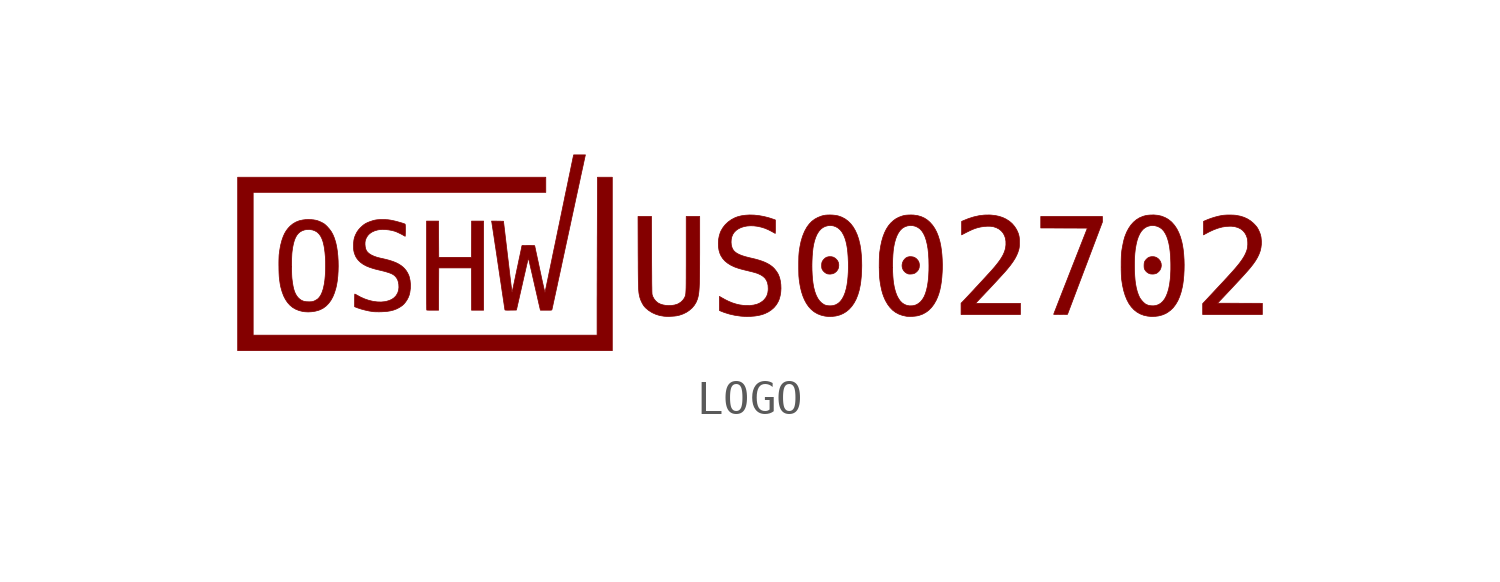
<source format=kicad_sym>
(kicad_symbol_lib
  (version 20220914)
  (generator "bitmap2component")
  (generator_version "8.0")
  (symbol "LOGO"
    (pin_names
      (offset 1.016))
    (property "Reference" "#G"
      (at 0 4.116 0)
      (effects (font (size 1.27 1.27)) hide))
    (symbol "LOGO_0_0"
      (polyline (pts (xy -4.116 -0.318) (xy -4.116 2.244) (xy -4.335 2.244) (xy -4.554 2.244) (xy -4.559 0.574) (xy -4.56 0.47) (xy -4.56 0.291) (xy -4.561 0.11) (xy -4.561 -0.071) (xy -4.562 -0.25) (xy -4.562 -0.427) (xy -4.563 -0.599) (xy -4.563 -0.767) (xy -4.564 -0.927) (xy -4.564 -1.08) (xy -4.564 -1.224) (xy -4.565 -1.357) (xy -4.565 -1.479) (xy -4.565 -1.587) (xy -4.565 -1.681) (xy -4.565 -1.76) (xy -4.565 -2.422) (xy -9.647 -2.422) (xy -14.728 -2.422) (xy -14.728 -0.313) (xy -14.728 1.796) (xy -10.405 1.796) (xy -6.081 1.796) (xy -6.081 2.02) (xy -6.081 2.244) (xy -10.633 2.244) (xy -15.186 2.244) (xy -15.186 -0.318) (xy -15.186 -2.88) (xy -9.651 -2.88) (xy -4.116 -2.88) (xy -4.116 -0.318)) (stroke (width 0.01) (type default)) (fill (type outline)))
      (polyline (pts (xy -2.41 -1.867) (xy -2.338 -1.863) (xy -2.272 -1.858) (xy -2.217 -1.851) (xy -2.135 -1.833) (xy -2.027 -1.796) (xy -1.928 -1.748) (xy -1.839 -1.688) (xy -1.76 -1.619) (xy -1.693 -1.54) (xy -1.64 -1.453) (xy -1.601 -1.359) (xy -1.595 -1.341) (xy -1.587 -1.31) (xy -1.579 -1.278) (xy -1.572 -1.244) (xy -1.566 -1.206) (xy -1.56 -1.164) (xy -1.555 -1.116) (xy -1.551 -1.063) (xy -1.547 -1.002) (xy -1.544 -0.934) (xy -1.541 -0.857) (xy -1.539 -0.77) (xy -1.537 -0.673) (xy -1.536 -0.564) (xy -1.535 -0.443) (xy -1.534 -0.308) (xy -1.534 -0.16) (xy -1.533 0.004) (xy -1.533 0.184) (xy -1.533 1.084) (xy -1.732 1.084) (xy -1.931 1.084) (xy -1.931 -0.023) (xy -1.931 -0.075) (xy -1.931 -0.236) (xy -1.931 -0.38) (xy -1.932 -0.51) (xy -1.932 -0.625) (xy -1.932 -0.728) (xy -1.933 -0.818) (xy -1.933 -0.897) (xy -1.934 -0.966) (xy -1.935 -1.025) (xy -1.937 -1.075) (xy -1.939 -1.117) (xy -1.941 -1.153) (xy -1.943 -1.183) (xy -1.946 -1.207) (xy -1.949 -1.228) (xy -1.952 -1.244) (xy -1.956 -1.259) (xy -1.961 -1.272) (xy -1.966 -1.284) (xy -1.971 -1.297) (xy -1.987 -1.329) (xy -2.034 -1.394) (xy -2.093 -1.449) (xy -2.164 -1.494) (xy -2.199 -1.509) (xy -2.276 -1.532) (xy -2.36 -1.545) (xy -2.448 -1.549) (xy -2.537 -1.543) (xy -2.621 -1.528) (xy -2.699 -1.503) (xy -2.765 -1.47) (xy -2.779 -1.46) (xy -2.834 -1.412) (xy -2.882 -1.352) (xy -2.918 -1.286) (xy -2.941 -1.217) (xy -2.942 -1.206) (xy -2.943 -1.18) (xy -2.945 -1.138) (xy -2.946 -1.08) (xy -2.947 -1.007) (xy -2.949 -0.918) (xy -2.95 -0.813) (xy -2.95 -0.693) (xy -2.951 -0.555) (xy -2.952 -0.402) (xy -2.953 -0.232) (xy -2.953 -0.044) (xy -2.957 1.084) (xy -3.156 1.084) (xy -3.355 1.084) (xy -3.352 0.049) (xy -3.352 0.018) (xy -3.351 -0.144) (xy -3.35 -0.29) (xy -3.35 -0.422) (xy -3.349 -0.54) (xy -3.348 -0.645) (xy -3.347 -0.738) (xy -3.346 -0.819) (xy -3.344 -0.891) (xy -3.342 -0.954) (xy -3.34 -1.009) (xy -3.338 -1.057) (xy -3.335 -1.099) (xy -3.332 -1.135) (xy -3.329 -1.167) (xy -3.325 -1.196) (xy -3.32 -1.223) (xy -3.315 -1.249) (xy -3.309 -1.274) (xy -3.303 -1.3) (xy -3.3 -1.31) (xy -3.281 -1.368) (xy -3.255 -1.43) (xy -3.224 -1.49) (xy -3.192 -1.544) (xy -3.16 -1.585) (xy -3.118 -1.628) (xy -3.031 -1.7) (xy -2.932 -1.76) (xy -2.824 -1.808) (xy -2.709 -1.843) (xy -2.587 -1.863) (xy -2.546 -1.866) (xy -2.481 -1.868) (xy -2.41 -1.867)) (stroke (width 0.01) (type default)) (fill (type outline)))
      (polyline (pts (xy -0.022 -1.867) (xy 0.1 -1.857) (xy 0.213 -1.839) (xy 0.315 -1.813) (xy 0.393 -1.785) (xy 0.496 -1.735) (xy 0.588 -1.673) (xy 0.668 -1.601) (xy 0.735 -1.519) (xy 0.788 -1.427) (xy 0.816 -1.36) (xy 0.844 -1.26) (xy 0.862 -1.153) (xy 0.869 -1.042) (xy 0.865 -0.931) (xy 0.851 -0.823) (xy 0.827 -0.722) (xy 0.791 -0.63) (xy 0.781 -0.61) (xy 0.748 -0.556) (xy 0.709 -0.502) (xy 0.667 -0.452) (xy 0.626 -0.412) (xy 0.592 -0.384) (xy 0.531 -0.341) (xy 0.465 -0.303) (xy 0.392 -0.268) (xy 0.308 -0.235) (xy 0.213 -0.204) (xy 0.106 -0.174) (xy -0.017 -0.145) (xy -0.084 -0.129) (xy -0.188 -0.102) (xy -0.277 -0.074) (xy -0.352 -0.045) (xy -0.415 -0.014) (xy -0.467 0.019) (xy -0.509 0.055) (xy -0.542 0.095) (xy -0.567 0.14) (xy -0.58 0.171) (xy -0.599 0.245) (xy -0.606 0.325) (xy -0.601 0.406) (xy -0.584 0.484) (xy -0.554 0.556) (xy -0.511 0.62) (xy -0.455 0.675) (xy -0.388 0.721) (xy -0.312 0.758) (xy -0.227 0.785) (xy -0.136 0.803) (xy -0.038 0.81) (xy 0.064 0.808) (xy 0.17 0.795) (xy 0.277 0.772) (xy 0.386 0.739) (xy 0.494 0.694) (xy 0.601 0.639) (xy 0.608 0.635) (xy 0.643 0.615) (xy 0.672 0.599) (xy 0.692 0.588) (xy 0.7 0.584) (xy 0.7 0.588) (xy 0.701 0.605) (xy 0.702 0.636) (xy 0.703 0.677) (xy 0.703 0.727) (xy 0.703 0.783) (xy 0.703 0.981) (xy 0.658 0.998) (xy 0.646 1.002) (xy 0.505 1.048) (xy 0.361 1.084) (xy 0.218 1.11) (xy 0.078 1.125) (xy -0.058 1.129) (xy -0.188 1.121) (xy -0.309 1.103) (xy -0.419 1.074) (xy -0.496 1.044) (xy -0.597 0.991) (xy -0.69 0.924) (xy -0.773 0.847) (xy -0.843 0.759) (xy -0.9 0.664) (xy -0.925 0.608) (xy -0.955 0.51) (xy -0.975 0.406) (xy -0.982 0.298) (xy -0.979 0.191) (xy -0.963 0.088) (xy -0.935 -0.007) (xy -0.907 -0.07) (xy -0.855 -0.153) (xy -0.788 -0.229) (xy -0.706 -0.296) (xy -0.61 -0.356) (xy -0.499 -0.408) (xy -0.372 -0.452) (xy -0.361 -0.456) (xy -0.325 -0.465) (xy -0.278 -0.478) (xy -0.223 -0.492) (xy -0.163 -0.507) (xy -0.103 -0.521) (xy -0.076 -0.528) (xy -0.016 -0.543) (xy 0.041 -0.557) (xy 0.092 -0.572) (xy 0.134 -0.584) (xy 0.162 -0.593) (xy 0.189 -0.603) (xy 0.274 -0.643) (xy 0.344 -0.688) (xy 0.399 -0.74) (xy 0.441 -0.801) (xy 0.47 -0.87) (xy 0.487 -0.95) (xy 0.492 -1.042) (xy 0.491 -1.092) (xy 0.48 -1.175) (xy 0.457 -1.248) (xy 0.422 -1.314) (xy 0.373 -1.375) (xy 0.325 -1.42) (xy 0.249 -1.47) (xy 0.163 -1.508) (xy 0.064 -1.533) (xy -0.046 -1.547) (xy -0.167 -1.548) (xy -0.25 -1.542) (xy -0.357 -1.527) (xy -0.463 -1.502) (xy -0.569 -1.468) (xy -0.678 -1.423) (xy -0.794 -1.366) (xy -0.917 -1.296) (xy -0.949 -1.277) (xy -0.949 -1.486) (xy -0.949 -1.694) (xy -0.908 -1.712) (xy -0.806 -1.752) (xy -0.654 -1.799) (xy -0.495 -1.835) (xy -0.33 -1.859) (xy -0.275 -1.864) (xy -0.148 -1.87) (xy -0.022 -1.867)) (stroke (width 0.01) (type default)) (fill (type outline)))
      (polyline (pts (xy 2.373 -1.87) (xy 2.491 -1.856) (xy 2.602 -1.827) (xy 2.704 -1.784) (xy 2.799 -1.726) (xy 2.885 -1.654) (xy 2.962 -1.568) (xy 3.031 -1.468) (xy 3.091 -1.355) (xy 3.141 -1.228) (xy 3.182 -1.089) (xy 3.213 -0.936) (xy 3.226 -0.847) (xy 3.242 -0.694) (xy 3.252 -0.534) (xy 3.256 -0.37) (xy 3.253 -0.207) (xy 3.243 -0.048) (xy 3.228 0.102) (xy 3.206 0.241) (xy 3.201 0.261) (xy 3.166 0.41) (xy 3.12 0.545) (xy 3.066 0.666) (xy 3.003 0.774) (xy 2.931 0.868) (xy 2.85 0.948) (xy 2.761 1.014) (xy 2.664 1.065) (xy 2.558 1.102) (xy 2.54 1.106) (xy 2.474 1.118) (xy 2.4 1.126) (xy 2.324 1.129) (xy 2.25 1.128) (xy 2.182 1.123) (xy 2.126 1.113) (xy 2.067 1.097) (xy 1.961 1.056) (xy 1.865 1.004) (xy 1.78 0.94) (xy 1.705 0.862) (xy 1.637 0.771) (xy 1.577 0.664) (xy 1.563 0.636) (xy 1.506 0.496) (xy 1.461 0.344) (xy 1.428 0.182) (xy 1.42 0.128) (xy 1.412 0.078) (xy 1.406 0.033) (xy 1.402 -0.01) (xy 1.399 -0.052) (xy 1.396 -0.098) (xy 1.395 -0.15) (xy 1.394 -0.211) (xy 1.393 -0.282) (xy 1.393 -0.362) (xy 1.783 -0.362) (xy 1.786 -0.226) (xy 1.792 -0.093) (xy 1.802 0.033) (xy 1.815 0.15) (xy 1.833 0.254) (xy 1.857 0.355) (xy 1.893 0.466) (xy 1.936 0.562) (xy 1.986 0.642) (xy 2.044 0.708) (xy 2.108 0.758) (xy 2.18 0.793) (xy 2.259 0.813) (xy 2.331 0.818) (xy 2.411 0.809) (xy 2.486 0.784) (xy 2.555 0.744) (xy 2.618 0.69) (xy 2.673 0.621) (xy 2.719 0.538) (xy 2.725 0.526) (xy 2.759 0.444) (xy 2.787 0.354) (xy 2.81 0.255) (xy 2.829 0.145) (xy 2.843 0.023) (xy 2.853 -0.112) (xy 2.86 -0.263) (xy 2.86 -0.269) (xy 2.861 -0.416) (xy 2.858 -0.56) (xy 2.849 -0.699) (xy 2.837 -0.828) (xy 2.819 -0.946) (xy 2.798 -1.05) (xy 2.797 -1.052) (xy 2.764 -1.168) (xy 2.723 -1.27) (xy 2.676 -1.356) (xy 2.622 -1.427) (xy 2.561 -1.482) (xy 2.493 -1.522) (xy 2.419 -1.547) (xy 2.378 -1.553) (xy 2.316 -1.556) (xy 2.253 -1.552) (xy 2.196 -1.541) (xy 2.149 -1.524) (xy 2.14 -1.519) (xy 2.071 -1.472) (xy 2.01 -1.412) (xy 1.956 -1.336) (xy 1.91 -1.246) (xy 1.871 -1.141) (xy 1.839 -1.02) (xy 1.831 -0.983) (xy 1.814 -0.876) (xy 1.8 -0.758) (xy 1.791 -0.631) (xy 1.785 -0.498) (xy 1.783 -0.362) (xy 1.393 -0.362) (xy 1.393 -0.368) (xy 1.393 -0.45) (xy 1.394 -0.522) (xy 1.395 -0.583) (xy 1.396 -0.635) (xy 1.398 -0.682) (xy 1.402 -0.725) (xy 1.406 -0.767) (xy 1.412 -0.812) (xy 1.419 -0.861) (xy 1.428 -0.919) (xy 1.445 -1.013) (xy 1.477 -1.143) (xy 1.517 -1.266) (xy 1.563 -1.376) (xy 1.621 -1.484) (xy 1.69 -1.583) (xy 1.768 -1.667) (xy 1.854 -1.736) (xy 1.949 -1.791) (xy 2.054 -1.832) (xy 2.167 -1.859) (xy 2.174 -1.86) (xy 2.217 -1.865) (xy 2.265 -1.869) (xy 2.311 -1.871) (xy 2.373 -1.87)) (stroke (width 0.01) (type default)) (fill (type outline)))
      (polyline (pts (xy 4.755 -1.867) (xy 4.818 -1.862) (xy 4.874 -1.855) (xy 4.92 -1.847) (xy 4.946 -1.84) (xy 5.052 -1.802) (xy 5.149 -1.75) (xy 5.237 -1.684) (xy 5.316 -1.604) (xy 5.388 -1.509) (xy 5.451 -1.399) (xy 5.458 -1.386) (xy 5.499 -1.293) (xy 5.534 -1.195) (xy 5.564 -1.089) (xy 5.588 -0.975) (xy 5.608 -0.849) (xy 5.623 -0.711) (xy 5.633 -0.558) (xy 5.637 -0.475) (xy 5.638 -0.333) (xy 5.634 -0.19) (xy 5.625 -0.049) (xy 5.611 0.087) (xy 5.592 0.213) (xy 5.569 0.326) (xy 5.556 0.377) (xy 5.515 0.509) (xy 5.468 0.627) (xy 5.411 0.733) (xy 5.347 0.827) (xy 5.272 0.911) (xy 5.201 0.975) (xy 5.112 1.034) (xy 5.015 1.078) (xy 4.909 1.109) (xy 4.793 1.126) (xy 4.763 1.128) (xy 4.707 1.129) (xy 4.649 1.128) (xy 4.593 1.125) (xy 4.543 1.12) (xy 4.506 1.113) (xy 4.452 1.098) (xy 4.356 1.063) (xy 4.27 1.019) (xy 4.193 0.964) (xy 4.12 0.897) (xy 4.113 0.89) (xy 4.044 0.807) (xy 3.983 0.712) (xy 3.93 0.605) (xy 3.884 0.484) (xy 3.845 0.35) (xy 3.814 0.202) (xy 3.789 0.038) (xy 3.788 0.036) (xy 3.782 -0.028) (xy 3.777 -0.105) (xy 3.774 -0.192) (xy 3.773 -0.286) (xy 3.772 -0.384) (xy 3.773 -0.429) (xy 4.167 -0.429) (xy 4.167 -0.302) (xy 4.17 -0.176) (xy 4.176 -0.055) (xy 4.185 0.057) (xy 4.197 0.157) (xy 4.2 0.175) (xy 4.224 0.298) (xy 4.255 0.409) (xy 4.292 0.509) (xy 4.336 0.595) (xy 4.385 0.667) (xy 4.44 0.723) (xy 4.468 0.746) (xy 4.536 0.784) (xy 4.61 0.808) (xy 4.687 0.818) (xy 4.764 0.814) (xy 4.84 0.796) (xy 4.911 0.763) (xy 4.976 0.717) (xy 5.03 0.659) (xy 5.08 0.584) (xy 5.123 0.493) (xy 5.159 0.388) (xy 5.189 0.267) (xy 5.213 0.13) (xy 5.229 -0.021) (xy 5.239 -0.187) (xy 5.242 -0.368) (xy 5.241 -0.508) (xy 5.233 -0.677) (xy 5.218 -0.829) (xy 5.198 -0.967) (xy 5.17 -1.089) (xy 5.137 -1.197) (xy 5.097 -1.29) (xy 5.05 -1.368) (xy 4.997 -1.432) (xy 4.99 -1.439) (xy 4.926 -1.491) (xy 4.859 -1.528) (xy 4.79 -1.549) (xy 4.756 -1.554) (xy 4.671 -1.557) (xy 4.592 -1.544) (xy 4.519 -1.516) (xy 4.453 -1.473) (xy 4.393 -1.414) (xy 4.34 -1.339) (xy 4.294 -1.25) (xy 4.255 -1.146) (xy 4.222 -1.026) (xy 4.197 -0.892) (xy 4.196 -0.883) (xy 4.184 -0.785) (xy 4.175 -0.675) (xy 4.169 -0.555) (xy 4.167 -0.429) (xy 3.773 -0.429) (xy 3.774 -0.481) (xy 3.776 -0.575) (xy 3.78 -0.662) (xy 3.786 -0.739) (xy 3.793 -0.803) (xy 3.798 -0.841) (xy 3.819 -0.969) (xy 3.843 -1.083) (xy 3.871 -1.186) (xy 3.904 -1.28) (xy 3.942 -1.368) (xy 3.96 -1.405) (xy 4.023 -1.513) (xy 4.093 -1.606) (xy 4.17 -1.685) (xy 4.256 -1.749) (xy 4.352 -1.8) (xy 4.457 -1.838) (xy 4.572 -1.863) (xy 4.585 -1.865) (xy 4.634 -1.868) (xy 4.692 -1.869) (xy 4.755 -1.867)) (stroke (width 0.01) (type default)) (fill (type outline)))
      (polyline (pts (xy 11.919 -1.868) (xy 12.03 -1.854) (xy 12.134 -1.826) (xy 12.23 -1.787) (xy 12.29 -1.753) (xy 12.38 -1.687) (xy 12.461 -1.608) (xy 12.532 -1.514) (xy 12.595 -1.407) (xy 12.648 -1.286) (xy 12.693 -1.15) (xy 12.729 -1) (xy 12.74 -0.945) (xy 12.759 -0.808) (xy 12.773 -0.66) (xy 12.781 -0.506) (xy 12.784 -0.348) (xy 12.78 -0.191) (xy 12.77 -0.038) (xy 12.755 0.107) (xy 12.734 0.24) (xy 12.712 0.342) (xy 12.672 0.482) (xy 12.623 0.608) (xy 12.566 0.721) (xy 12.499 0.821) (xy 12.422 0.909) (xy 12.397 0.933) (xy 12.311 1.001) (xy 12.216 1.054) (xy 12.113 1.094) (xy 12.002 1.119) (xy 11.885 1.13) (xy 11.762 1.126) (xy 11.741 1.124) (xy 11.703 1.12) (xy 11.675 1.116) (xy 11.649 1.111) (xy 11.62 1.103) (xy 11.582 1.093) (xy 11.562 1.086) (xy 11.463 1.045) (xy 11.371 0.988) (xy 11.287 0.917) (xy 11.211 0.832) (xy 11.143 0.732) (xy 11.083 0.619) (xy 11.033 0.493) (xy 11.02 0.452) (xy 11.002 0.388) (xy 10.985 0.314) (xy 10.969 0.235) (xy 10.954 0.155) (xy 10.941 0.078) (xy 10.933 0.008) (xy 10.929 -0.035) (xy 10.926 -0.094) (xy 10.924 -0.164) (xy 10.922 -0.241) (xy 10.922 -0.324) (xy 10.922 -0.407) (xy 10.922 -0.41) (xy 11.312 -0.41) (xy 11.313 -0.275) (xy 11.317 -0.144) (xy 11.325 -0.019) (xy 11.337 0.093) (xy 11.34 0.119) (xy 11.364 0.256) (xy 11.393 0.378) (xy 11.429 0.484) (xy 11.472 0.575) (xy 11.521 0.652) (xy 11.577 0.713) (xy 11.64 0.761) (xy 11.71 0.794) (xy 11.787 0.813) (xy 11.835 0.818) (xy 11.915 0.813) (xy 11.992 0.793) (xy 12.063 0.76) (xy 12.126 0.714) (xy 12.179 0.657) (xy 12.226 0.584) (xy 12.267 0.5) (xy 12.301 0.404) (xy 12.33 0.296) (xy 12.353 0.175) (xy 12.37 0.04) (xy 12.382 -0.11) (xy 12.388 -0.275) (xy 12.389 -0.329) (xy 12.389 -0.484) (xy 12.383 -0.627) (xy 12.373 -0.761) (xy 12.357 -0.889) (xy 12.352 -0.923) (xy 12.326 -1.054) (xy 12.292 -1.17) (xy 12.252 -1.27) (xy 12.205 -1.356) (xy 12.15 -1.427) (xy 12.089 -1.482) (xy 12.021 -1.522) (xy 11.947 -1.547) (xy 11.881 -1.556) (xy 11.803 -1.554) (xy 11.728 -1.541) (xy 11.661 -1.515) (xy 11.642 -1.504) (xy 11.607 -1.476) (xy 11.568 -1.44) (xy 11.531 -1.399) (xy 11.498 -1.357) (xy 11.472 -1.319) (xy 11.464 -1.303) (xy 11.429 -1.224) (xy 11.397 -1.132) (xy 11.37 -1.029) (xy 11.349 -0.918) (xy 11.347 -0.908) (xy 11.333 -0.798) (xy 11.323 -0.675) (xy 11.316 -0.545) (xy 11.312 -0.41) (xy 10.922 -0.41) (xy 10.922 -0.489) (xy 10.924 -0.567) (xy 10.926 -0.637) (xy 10.929 -0.696) (xy 10.932 -0.741) (xy 10.937 -0.784) (xy 10.963 -0.954) (xy 10.998 -1.11) (xy 11.041 -1.251) (xy 11.093 -1.378) (xy 11.153 -1.49) (xy 11.223 -1.588) (xy 11.301 -1.671) (xy 11.388 -1.74) (xy 11.483 -1.794) (xy 11.587 -1.834) (xy 11.7 -1.859) (xy 11.805 -1.87) (xy 11.919 -1.868)) (stroke (width 0.01) (type default)) (fill (type outline)))
      (polyline (pts (xy 7.944 -1.647) (xy 7.944 -1.482) (xy 7.283 -1.482) (xy 6.622 -1.482) (xy 6.658 -1.441) (xy 6.659 -1.441) (xy 6.674 -1.424) (xy 6.7 -1.397) (xy 6.733 -1.361) (xy 6.772 -1.32) (xy 6.815 -1.275) (xy 6.86 -1.228) (xy 6.902 -1.183) (xy 6.963 -1.119) (xy 7.028 -1.05) (xy 7.095 -0.978) (xy 7.163 -0.905) (xy 7.23 -0.833) (xy 7.295 -0.762) (xy 7.356 -0.696) (xy 7.411 -0.635) (xy 7.46 -0.582) (xy 7.5 -0.537) (xy 7.529 -0.503) (xy 7.564 -0.462) (xy 7.649 -0.356) (xy 7.721 -0.257) (xy 7.781 -0.163) (xy 7.829 -0.073) (xy 7.867 0.015) (xy 7.895 0.102) (xy 7.902 0.13) (xy 7.907 0.157) (xy 7.911 0.186) (xy 7.913 0.221) (xy 7.914 0.265) (xy 7.914 0.322) (xy 7.914 0.369) (xy 7.913 0.416) (xy 7.911 0.452) (xy 7.907 0.482) (xy 7.902 0.509) (xy 7.895 0.537) (xy 7.877 0.595) (xy 7.832 0.695) (xy 7.773 0.787) (xy 7.703 0.87) (xy 7.623 0.94) (xy 7.609 0.95) (xy 7.519 1.007) (xy 7.423 1.053) (xy 7.319 1.087) (xy 7.205 1.112) (xy 7.08 1.126) (xy 7.022 1.129) (xy 6.875 1.126) (xy 6.723 1.107) (xy 6.567 1.072) (xy 6.409 1.022) (xy 6.248 0.957) (xy 6.208 0.939) (xy 6.208 0.741) (xy 6.208 0.542) (xy 6.338 0.61) (xy 6.433 0.657) (xy 6.522 0.698) (xy 6.604 0.73) (xy 6.678 0.753) (xy 6.68 0.754) (xy 6.778 0.776) (xy 6.877 0.79) (xy 6.973 0.797) (xy 7.061 0.795) (xy 7.139 0.784) (xy 7.144 0.783) (xy 7.231 0.755) (xy 7.309 0.715) (xy 7.375 0.663) (xy 7.43 0.6) (xy 7.472 0.526) (xy 7.501 0.444) (xy 7.516 0.352) (xy 7.517 0.254) (xy 7.516 0.237) (xy 7.507 0.165) (xy 7.49 0.093) (xy 7.465 0.022) (xy 7.432 -0.052) (xy 7.389 -0.128) (xy 7.336 -0.21) (xy 7.271 -0.297) (xy 7.195 -0.392) (xy 7.106 -0.495) (xy 7.094 -0.509) (xy 7.065 -0.541) (xy 7.027 -0.583) (xy 6.982 -0.631) (xy 6.931 -0.687) (xy 6.875 -0.748) (xy 6.815 -0.813) (xy 6.752 -0.881) (xy 6.688 -0.951) (xy 6.623 -1.02) (xy 6.56 -1.089) (xy 6.498 -1.155) (xy 6.439 -1.218) (xy 6.385 -1.276) (xy 6.337 -1.327) (xy 6.295 -1.372) (xy 6.261 -1.407) (xy 6.236 -1.433) (xy 6.222 -1.448) (xy 6.191 -1.477) (xy 6.191 -1.645) (xy 6.191 -1.812) (xy 7.068 -1.812) (xy 7.944 -1.812) (xy 7.944 -1.647)) (stroke (width 0.01) (type default)) (fill (type outline)))
      (polyline (pts (xy 9.131 -1.81) (xy 9.335 -1.808) (xy 9.38 -1.69) (xy 9.382 -1.683) (xy 9.393 -1.655) (xy 9.409 -1.613) (xy 9.43 -1.557) (xy 9.456 -1.489) (xy 9.486 -1.409) (xy 9.52 -1.319) (xy 9.558 -1.219) (xy 9.599 -1.11) (xy 9.643 -0.993) (xy 9.69 -0.869) (xy 9.739 -0.74) (xy 9.79 -0.605) (xy 9.842 -0.467) (xy 9.896 -0.326) (xy 10.367 0.92) (xy 10.367 1.002) (xy 10.367 1.084) (xy 9.456 1.084) (xy 8.546 1.084) (xy 8.546 0.915) (xy 8.546 0.745) (xy 9.235 0.743) (xy 9.924 0.741) (xy 9.425 -0.529) (xy 9.384 -0.634) (xy 9.331 -0.771) (xy 9.279 -0.903) (xy 9.229 -1.03) (xy 9.182 -1.15) (xy 9.138 -1.263) (xy 9.097 -1.367) (xy 9.06 -1.463) (xy 9.027 -1.548) (xy 8.998 -1.623) (xy 8.973 -1.686) (xy 8.953 -1.737) (xy 8.939 -1.774) (xy 8.93 -1.798) (xy 8.927 -1.806) (xy 8.931 -1.808) (xy 8.95 -1.809) (xy 8.981 -1.81) (xy 9.024 -1.811) (xy 9.074 -1.811) (xy 9.131 -1.81)) (stroke (width 0.01) (type default)) (fill (type outline)))
      (polyline (pts (xy 15.093 -1.647) (xy 15.093 -1.482) (xy 14.431 -1.48) (xy 13.769 -1.478) (xy 13.955 -1.283) (xy 13.999 -1.236) (xy 14.098 -1.131) (xy 14.193 -1.03) (xy 14.284 -0.932) (xy 14.37 -0.84) (xy 14.45 -0.754) (xy 14.522 -0.675) (xy 14.585 -0.605) (xy 14.639 -0.545) (xy 14.683 -0.495) (xy 14.73 -0.44) (xy 14.817 -0.33) (xy 14.89 -0.226) (xy 14.949 -0.127) (xy 14.995 -0.03) (xy 15.03 0.065) (xy 15.052 0.159) (xy 15.064 0.254) (xy 15.065 0.351) (xy 15.062 0.398) (xy 15.054 0.474) (xy 15.039 0.543) (xy 15.015 0.61) (xy 14.983 0.682) (xy 14.98 0.688) (xy 14.957 0.731) (xy 14.934 0.768) (xy 14.905 0.804) (xy 14.868 0.845) (xy 14.834 0.88) (xy 14.748 0.953) (xy 14.655 1.012) (xy 14.554 1.059) (xy 14.442 1.094) (xy 14.318 1.118) (xy 14.295 1.121) (xy 14.241 1.125) (xy 14.178 1.127) (xy 14.11 1.128) (xy 14.043 1.127) (xy 13.982 1.123) (xy 13.932 1.119) (xy 13.9 1.114) (xy 13.806 1.095) (xy 13.704 1.069) (xy 13.6 1.037) (xy 13.499 1.001) (xy 13.405 0.962) (xy 13.356 0.94) (xy 13.356 0.74) (xy 13.356 0.541) (xy 13.414 0.573) (xy 13.535 0.637) (xy 13.665 0.696) (xy 13.79 0.741) (xy 13.909 0.773) (xy 14.025 0.791) (xy 14.14 0.797) (xy 14.185 0.796) (xy 14.283 0.783) (xy 14.371 0.758) (xy 14.449 0.72) (xy 14.516 0.67) (xy 14.571 0.608) (xy 14.614 0.535) (xy 14.645 0.452) (xy 14.655 0.404) (xy 14.662 0.331) (xy 14.663 0.255) (xy 14.657 0.181) (xy 14.645 0.116) (xy 14.63 0.068) (xy 14.599 -0.01) (xy 14.56 -0.087) (xy 14.515 -0.16) (xy 14.496 -0.189) (xy 14.471 -0.224) (xy 14.446 -0.259) (xy 14.42 -0.294) (xy 14.392 -0.33) (xy 14.361 -0.368) (xy 14.326 -0.41) (xy 14.288 -0.455) (xy 14.244 -0.505) (xy 14.195 -0.56) (xy 14.14 -0.621) (xy 14.077 -0.69) (xy 14.006 -0.767) (xy 13.927 -0.853) (xy 13.838 -0.948) (xy 13.739 -1.054) (xy 13.63 -1.171) (xy 13.331 -1.49) (xy 13.331 -1.651) (xy 13.331 -1.812) (xy 14.212 -1.812) (xy 15.093 -1.812) (xy 15.093 -1.647)) (stroke (width 0.01) (type default)) (fill (type outline)))
      (polyline (pts (xy -12.996 -1.73) (xy -12.894 -1.714) (xy -12.799 -1.689) (xy -12.743 -1.668) (xy -12.652 -1.62) (xy -12.57 -1.558) (xy -12.497 -1.483) (xy -12.432 -1.394) (xy -12.375 -1.291) (xy -12.327 -1.173) (xy -12.286 -1.04) (xy -12.265 -0.951) (xy -12.243 -0.821) (xy -12.227 -0.68) (xy -12.218 -0.533) (xy -12.214 -0.382) (xy -12.217 -0.23) (xy -12.226 -0.081) (xy -12.241 0.062) (xy -12.262 0.196) (xy -12.289 0.318) (xy -12.298 0.348) (xy -12.333 0.456) (xy -12.373 0.551) (xy -12.419 0.635) (xy -12.475 0.712) (xy -12.539 0.784) (xy -12.557 0.802) (xy -12.59 0.833) (xy -12.617 0.857) (xy -12.644 0.875) (xy -12.675 0.893) (xy -12.713 0.912) (xy -12.742 0.926) (xy -12.786 0.945) (xy -12.828 0.96) (xy -12.861 0.97) (xy -12.876 0.973) (xy -12.946 0.985) (xy -13.024 0.992) (xy -13.105 0.994) (xy -13.181 0.991) (xy -13.263 0.981) (xy -13.369 0.957) (xy -13.465 0.919) (xy -13.552 0.868) (xy -13.632 0.803) (xy -13.694 0.738) (xy -13.751 0.663) (xy -13.8 0.58) (xy -13.842 0.485) (xy -13.879 0.379) (xy -13.911 0.258) (xy -13.918 0.227) (xy -13.926 0.187) (xy -13.933 0.146) (xy -13.941 0.099) (xy -13.949 0.043) (xy -13.958 -0.025) (xy -13.96 -0.037) (xy -13.963 -0.079) (xy -13.965 -0.134) (xy -13.967 -0.199) (xy -13.968 -0.272) (xy -13.968 -0.349) (xy -13.967 -0.403) (xy -13.593 -0.403) (xy -13.593 -0.317) (xy -13.592 -0.233) (xy -13.591 -0.153) (xy -13.588 -0.082) (xy -13.585 -0.021) (xy -13.581 0.025) (xy -13.578 0.052) (xy -13.56 0.177) (xy -13.537 0.287) (xy -13.51 0.381) (xy -13.477 0.462) (xy -13.438 0.53) (xy -13.393 0.585) (xy -13.342 0.629) (xy -13.283 0.662) (xy -13.217 0.686) (xy -13.151 0.699) (xy -13.062 0.701) (xy -12.972 0.686) (xy -12.907 0.663) (xy -12.842 0.626) (xy -12.787 0.576) (xy -12.738 0.511) (xy -12.698 0.432) (xy -12.664 0.339) (xy -12.638 0.231) (xy -12.623 0.15) (xy -12.607 0.025) (xy -12.595 -0.109) (xy -12.588 -0.248) (xy -12.587 -0.39) (xy -12.59 -0.53) (xy -12.598 -0.667) (xy -12.61 -0.797) (xy -12.627 -0.916) (xy -12.65 -1.022) (xy -12.662 -1.069) (xy -12.694 -1.162) (xy -12.73 -1.24) (xy -12.772 -1.303) (xy -12.818 -1.351) (xy -12.843 -1.369) (xy -12.877 -1.389) (xy -12.912 -1.408) (xy -12.918 -1.41) (xy -12.944 -1.421) (xy -12.967 -1.429) (xy -12.992 -1.433) (xy -13.024 -1.436) (xy -13.068 -1.437) (xy -13.082 -1.437) (xy -13.164 -1.434) (xy -13.235 -1.42) (xy -13.297 -1.396) (xy -13.352 -1.359) (xy -13.404 -1.31) (xy -13.41 -1.303) (xy -13.447 -1.254) (xy -13.478 -1.199) (xy -13.506 -1.136) (xy -13.529 -1.062) (xy -13.549 -0.976) (xy -13.566 -0.877) (xy -13.581 -0.762) (xy -13.582 -0.754) (xy -13.586 -0.704) (xy -13.589 -0.641) (xy -13.591 -0.568) (xy -13.592 -0.487) (xy -13.593 -0.403) (xy -13.967 -0.403) (xy -13.967 -0.427) (xy -13.966 -0.503) (xy -13.964 -0.576) (xy -13.961 -0.64) (xy -13.958 -0.695) (xy -13.954 -0.737) (xy -13.946 -0.798) (xy -13.937 -0.862) (xy -13.929 -0.916) (xy -13.92 -0.964) (xy -13.91 -1.008) (xy -13.874 -1.136) (xy -13.829 -1.258) (xy -13.774 -1.365) (xy -13.712 -1.458) (xy -13.64 -1.538) (xy -13.56 -1.604) (xy -13.47 -1.656) (xy -13.37 -1.696) (xy -13.26 -1.723) (xy -13.202 -1.731) (xy -13.101 -1.736) (xy -12.996 -1.73)) (stroke (width 0.01) (type default)) (fill (type outline)))
      (polyline (pts (xy -10.96 -1.732) (xy -10.902 -1.73) (xy -10.783 -1.722) (xy -10.677 -1.705) (xy -10.581 -1.681) (xy -10.493 -1.648) (xy -10.411 -1.606) (xy -10.332 -1.554) (xy -10.323 -1.547) (xy -10.272 -1.5) (xy -10.223 -1.44) (xy -10.179 -1.374) (xy -10.143 -1.304) (xy -10.117 -1.236) (xy -10.099 -1.162) (xy -10.083 -1.043) (xy -10.08 -0.924) (xy -10.092 -0.806) (xy -10.117 -0.695) (xy -10.131 -0.654) (xy -10.165 -0.583) (xy -10.208 -0.514) (xy -10.256 -0.455) (xy -10.298 -0.414) (xy -10.359 -0.365) (xy -10.427 -0.322) (xy -10.505 -0.282) (xy -10.595 -0.246) (xy -10.696 -0.213) (xy -10.812 -0.182) (xy -10.943 -0.152) (xy -10.956 -0.15) (xy -11.063 -0.123) (xy -11.156 -0.091) (xy -11.236 -0.054) (xy -11.301 -0.013) (xy -11.351 0.032) (xy -11.385 0.08) (xy -11.385 0.081) (xy -11.405 0.132) (xy -11.418 0.193) (xy -11.424 0.258) (xy -11.423 0.321) (xy -11.414 0.377) (xy -11.386 0.451) (xy -11.344 0.519) (xy -11.288 0.577) (xy -11.22 0.624) (xy -11.139 0.661) (xy -11.045 0.688) (xy -10.99 0.696) (xy -10.905 0.701) (xy -10.812 0.698) (xy -10.717 0.688) (xy -10.625 0.671) (xy -10.54 0.648) (xy -10.522 0.641) (xy -10.479 0.624) (xy -10.429 0.601) (xy -10.377 0.576) (xy -10.33 0.552) (xy -10.291 0.53) (xy -10.291 0.529) (xy -10.265 0.514) (xy -10.246 0.504) (xy -10.236 0.5) (xy -10.236 0.501) (xy -10.234 0.514) (xy -10.233 0.54) (xy -10.232 0.578) (xy -10.231 0.625) (xy -10.231 0.678) (xy -10.231 0.731) (xy -10.231 0.777) (xy -10.232 0.81) (xy -10.233 0.833) (xy -10.236 0.847) (xy -10.239 0.856) (xy -10.244 0.861) (xy -10.25 0.864) (xy -10.264 0.869) (xy -10.309 0.885) (xy -10.365 0.902) (xy -10.428 0.92) (xy -10.492 0.938) (xy -10.555 0.953) (xy -10.612 0.966) (xy -10.62 0.967) (xy -10.67 0.977) (xy -10.711 0.983) (xy -10.75 0.988) (xy -10.79 0.99) (xy -10.837 0.992) (xy -10.896 0.992) (xy -10.935 0.992) (xy -10.999 0.991) (xy -11.053 0.988) (xy -11.101 0.982) (xy -11.146 0.973) (xy -11.194 0.96) (xy -11.248 0.942) (xy -11.281 0.931) (xy -11.346 0.905) (xy -11.402 0.878) (xy -11.452 0.846) (xy -11.501 0.806) (xy -11.554 0.757) (xy -11.565 0.746) (xy -11.618 0.686) (xy -11.662 0.622) (xy -11.7 0.548) (xy -11.713 0.518) (xy -11.731 0.471) (xy -11.744 0.424) (xy -11.753 0.374) (xy -11.759 0.316) (xy -11.762 0.246) (xy -11.762 0.214) (xy -11.761 0.14) (xy -11.755 0.076) (xy -11.742 0.018) (xy -11.723 -0.038) (xy -11.697 -0.098) (xy -11.676 -0.136) (xy -11.623 -0.206) (xy -11.556 -0.271) (xy -11.475 -0.33) (xy -11.381 -0.38) (xy -11.277 -0.422) (xy -11.26 -0.427) (xy -11.181 -0.453) (xy -11.109 -0.473) (xy -11.036 -0.491) (xy -10.948 -0.512) (xy -10.858 -0.534) (xy -10.782 -0.556) (xy -10.718 -0.576) (xy -10.664 -0.596) (xy -10.62 -0.616) (xy -10.583 -0.638) (xy -10.552 -0.661) (xy -10.525 -0.687) (xy -10.501 -0.716) (xy -10.495 -0.724) (xy -10.469 -0.765) (xy -10.45 -0.809) (xy -10.436 -0.861) (xy -10.425 -0.924) (xy -10.421 -1.007) (xy -10.43 -1.092) (xy -10.455 -1.171) (xy -10.496 -1.243) (xy -10.51 -1.262) (xy -10.562 -1.316) (xy -10.625 -1.361) (xy -10.7 -1.396) (xy -10.79 -1.423) (xy -10.838 -1.433) (xy -10.947 -1.443) (xy -11.063 -1.44) (xy -11.184 -1.424) (xy -11.307 -1.395) (xy -11.43 -1.353) (xy -11.553 -1.299) (xy -11.672 -1.234) (xy -11.697 -1.22) (xy -11.716 -1.211) (xy -11.726 -1.209) (xy -11.726 -1.211) (xy -11.727 -1.227) (xy -11.729 -1.256) (xy -11.729 -1.296) (xy -11.73 -1.344) (xy -11.73 -1.398) (xy -11.73 -1.582) (xy -11.677 -1.603) (xy -11.637 -1.618) (xy -11.533 -1.652) (xy -11.42 -1.682) (xy -11.302 -1.708) (xy -11.184 -1.727) (xy -11.159 -1.73) (xy -11.119 -1.731) (xy -11.07 -1.732) (xy -11.015 -1.733) (xy -10.96 -1.732)) (stroke (width 0.01) (type default)) (fill (type outline)))
      (polyline (pts (xy -9.247 -1.061) (xy -9.244 -0.436) (xy -8.762 -0.436) (xy -8.279 -0.436) (xy -8.277 -1.061) (xy -8.275 -1.685) (xy -8.097 -1.685) (xy -7.919 -1.685) (xy -7.919 -0.368) (xy -7.919 0.949) (xy -8.097 0.949) (xy -8.274 0.949) (xy -8.277 0.413) (xy -8.279 -0.123) (xy -8.762 -0.123) (xy -9.244 -0.123) (xy -9.247 0.413) (xy -9.249 0.949) (xy -9.427 0.949) (xy -9.604 0.949) (xy -9.604 -0.363) (xy -9.604 -0.43) (xy -9.604 -0.576) (xy -9.604 -0.716) (xy -9.604 -0.851) (xy -9.604 -0.979) (xy -9.603 -1.099) (xy -9.603 -1.211) (xy -9.603 -1.313) (xy -9.602 -1.404) (xy -9.602 -1.484) (xy -9.601 -1.552) (xy -9.601 -1.606) (xy -9.6 -1.646) (xy -9.599 -1.671) (xy -9.599 -1.68) (xy -9.598 -1.68) (xy -9.585 -1.682) (xy -9.558 -1.683) (xy -9.52 -1.685) (xy -9.473 -1.685) (xy -9.421 -1.685) (xy -9.249 -1.685) (xy -9.247 -1.061)) (stroke (width 0.01) (type default)) (fill (type outline)))
      (polyline (pts (xy -6.017 -1.685) (xy -5.973 -1.685) (xy -5.942 -1.684) (xy -5.922 -1.682) (xy -5.909 -1.679) (xy -5.903 -1.676) (xy -5.9 -1.671) (xy -5.9 -1.67) (xy -5.897 -1.657) (xy -5.891 -1.629) (xy -5.881 -1.586) (xy -5.869 -1.529) (xy -5.854 -1.459) (xy -5.836 -1.377) (xy -5.816 -1.284) (xy -5.793 -1.181) (xy -5.769 -1.067) (xy -5.742 -0.946) (xy -5.715 -0.816) (xy -5.685 -0.68) (xy -5.654 -0.537) (xy -5.622 -0.389) (xy -5.59 -0.237) (xy -5.568 -0.137) (xy -5.526 0.059) (xy -5.484 0.254) (xy -5.442 0.447) (xy -5.401 0.638) (xy -5.36 0.827) (xy -5.321 1.011) (xy -5.282 1.191) (xy -5.244 1.366) (xy -5.208 1.535) (xy -5.173 1.697) (xy -5.139 1.852) (xy -5.107 2) (xy -5.077 2.138) (xy -5.05 2.267) (xy -5.024 2.386) (xy -5 2.494) (xy -4.979 2.59) (xy -4.961 2.674) (xy -4.946 2.745) (xy -4.933 2.803) (xy -4.924 2.846) (xy -4.918 2.874) (xy -4.915 2.886) (xy -4.91 2.905) (xy -5.084 2.905) (xy -5.258 2.905) (xy -5.268 2.861) (xy -5.268 2.859) (xy -5.272 2.841) (xy -5.279 2.807) (xy -5.289 2.759) (xy -5.302 2.696) (xy -5.318 2.621) (xy -5.336 2.534) (xy -5.356 2.435) (xy -5.379 2.326) (xy -5.404 2.208) (xy -5.43 2.08) (xy -5.458 1.946) (xy -5.488 1.804) (xy -5.519 1.656) (xy -5.55 1.503) (xy -5.583 1.346) (xy -5.616 1.185) (xy -5.65 1.022) (xy -5.684 0.857) (xy -5.719 0.692) (xy -5.753 0.526) (xy -5.787 0.361) (xy -5.821 0.198) (xy -5.855 0.038) (xy -5.887 -0.119) (xy -5.91 -0.23) (xy -5.936 -0.355) (xy -5.961 -0.475) (xy -5.985 -0.589) (xy -6.007 -0.696) (xy -6.027 -0.794) (xy -6.046 -0.882) (xy -6.062 -0.961) (xy -6.076 -1.028) (xy -6.088 -1.082) (xy -6.096 -1.123) (xy -6.102 -1.149) (xy -6.104 -1.16) (xy -6.105 -1.16) (xy -6.109 -1.148) (xy -6.117 -1.12) (xy -6.128 -1.075) (xy -6.142 -1.016) (xy -6.159 -0.941) (xy -6.179 -0.851) (xy -6.202 -0.747) (xy -6.227 -0.628) (xy -6.256 -0.495) (xy -6.268 -0.438) (xy -6.29 -0.335) (xy -6.311 -0.236) (xy -6.331 -0.145) (xy -6.349 -0.061) (xy -6.365 0.014) (xy -6.379 0.079) (xy -6.39 0.132) (xy -6.399 0.172) (xy -6.404 0.199) (xy -6.407 0.21) (xy -6.407 0.21) (xy -6.409 0.216) (xy -6.413 0.221) (xy -6.421 0.224) (xy -6.436 0.226) (xy -6.458 0.228) (xy -6.491 0.228) (xy -6.537 0.229) (xy -6.598 0.229) (xy -6.623 0.229) (xy -6.674 0.228) (xy -6.719 0.228) (xy -6.753 0.227) (xy -6.776 0.226) (xy -6.784 0.225) (xy -6.785 0.219) (xy -6.79 0.198) (xy -6.797 0.164) (xy -6.806 0.117) (xy -6.818 0.061) (xy -6.832 -0.004) (xy -6.847 -0.077) (xy -6.864 -0.154) (xy -6.865 -0.159) (xy -6.885 -0.253) (xy -6.906 -0.355) (xy -6.929 -0.461) (xy -6.951 -0.568) (xy -6.973 -0.67) (xy -6.992 -0.763) (xy -7.009 -0.845) (xy -7.012 -0.857) (xy -7.027 -0.927) (xy -7.04 -0.99) (xy -7.053 -1.046) (xy -7.063 -1.092) (xy -7.071 -1.127) (xy -7.077 -1.149) (xy -7.079 -1.156) (xy -7.081 -1.148) (xy -7.084 -1.124) (xy -7.089 -1.085) (xy -7.095 -1.032) (xy -7.104 -0.967) (xy -7.113 -0.89) (xy -7.124 -0.801) (xy -7.136 -0.704) (xy -7.148 -0.597) (xy -7.162 -0.483) (xy -7.176 -0.362) (xy -7.191 -0.235) (xy -7.207 -0.104) (xy -7.331 0.944) (xy -7.507 0.947) (xy -7.683 0.949) (xy -7.678 0.925) (xy -7.677 0.919) (xy -7.673 0.896) (xy -7.668 0.858) (xy -7.66 0.805) (xy -7.65 0.74) (xy -7.638 0.663) (xy -7.625 0.575) (xy -7.61 0.477) (xy -7.594 0.369) (xy -7.577 0.254) (xy -7.558 0.132) (xy -7.539 0.004) (xy -7.519 -0.129) (xy -7.499 -0.266) (xy -7.478 -0.406) (xy -7.457 -0.548) (xy -7.436 -0.69) (xy -7.414 -0.833) (xy -7.393 -0.974) (xy -7.373 -1.114) (xy -7.367 -1.152) (xy -7.353 -1.245) (xy -7.34 -1.332) (xy -7.328 -1.413) (xy -7.317 -1.486) (xy -7.308 -1.549) (xy -7.3 -1.6) (xy -7.294 -1.64) (xy -7.29 -1.665) (xy -7.288 -1.675) (xy -7.285 -1.678) (xy -7.274 -1.681) (xy -7.254 -1.683) (xy -7.222 -1.684) (xy -7.177 -1.684) (xy -7.117 -1.683) (xy -6.949 -1.681) (xy -6.774 -0.912) (xy -6.769 -0.889) (xy -6.744 -0.778) (xy -6.72 -0.673) (xy -6.697 -0.574) (xy -6.676 -0.482) (xy -6.657 -0.398) (xy -6.64 -0.325) (xy -6.625 -0.262) (xy -6.613 -0.21) (xy -6.604 -0.172) (xy -6.598 -0.148) (xy -6.596 -0.14) (xy -6.595 -0.142) (xy -6.591 -0.159) (xy -6.583 -0.19) (xy -6.573 -0.234) (xy -6.559 -0.291) (xy -6.544 -0.359) (xy -6.526 -0.436) (xy -6.506 -0.522) (xy -6.484 -0.616) (xy -6.462 -0.715) (xy -6.438 -0.82) (xy -6.428 -0.864) (xy -6.404 -0.971) (xy -6.38 -1.073) (xy -6.358 -1.171) (xy -6.337 -1.262) (xy -6.318 -1.346) (xy -6.301 -1.42) (xy -6.287 -1.483) (xy -6.275 -1.534) (xy -6.266 -1.572) (xy -6.261 -1.594) (xy -6.24 -1.685) (xy -6.072 -1.685) (xy -6.017 -1.685)) (stroke (width 0.01) (type default)) (fill (type outline)))
      (polyline (pts (xy 2.335 -0.617) (xy 2.398 -0.607) (xy 2.452 -0.583) (xy 2.501 -0.544) (xy 2.519 -0.524) (xy 2.552 -0.475) (xy 2.571 -0.422) (xy 2.577 -0.36) (xy 2.575 -0.327) (xy 2.563 -0.269) (xy 2.537 -0.218) (xy 2.495 -0.171) (xy 2.465 -0.146) (xy 2.417 -0.118) (xy 2.363 -0.105) (xy 2.3 -0.103) (xy 2.272 -0.106) (xy 2.22 -0.119) (xy 2.176 -0.144) (xy 2.136 -0.182) (xy 2.112 -0.211) (xy 2.091 -0.243) (xy 2.079 -0.276) (xy 2.072 -0.314) (xy 2.071 -0.364) (xy 2.071 -0.377) (xy 2.072 -0.414) (xy 2.075 -0.441) (xy 2.082 -0.464) (xy 2.092 -0.486) (xy 2.092 -0.487) (xy 2.117 -0.522) (xy 2.151 -0.557) (xy 2.191 -0.587) (xy 2.229 -0.607) (xy 2.248 -0.612) (xy 2.28 -0.616) (xy 2.314 -0.618) (xy 2.335 -0.617)) (stroke (width 0.01) (type default)) (fill (type outline)))
      (polyline (pts (xy 4.709 -0.616) (xy 4.716 -0.616) (xy 4.768 -0.61) (xy 4.81 -0.597) (xy 4.847 -0.576) (xy 4.886 -0.542) (xy 4.914 -0.511) (xy 4.94 -0.468) (xy 4.954 -0.419) (xy 4.959 -0.36) (xy 4.957 -0.322) (xy 4.946 -0.27) (xy 4.923 -0.224) (xy 4.885 -0.178) (xy 4.866 -0.16) (xy 4.823 -0.13) (xy 4.776 -0.112) (xy 4.718 -0.104) (xy 4.663 -0.104) (xy 4.608 -0.116) (xy 4.561 -0.141) (xy 4.519 -0.18) (xy 4.483 -0.23) (xy 4.458 -0.289) (xy 4.447 -0.35) (xy 4.45 -0.41) (xy 4.467 -0.467) (xy 4.497 -0.519) (xy 4.54 -0.564) (xy 4.595 -0.599) (xy 4.598 -0.6) (xy 4.621 -0.61) (xy 4.644 -0.615) (xy 4.671 -0.617) (xy 4.709 -0.616)) (stroke (width 0.01) (type default)) (fill (type outline)))
      (polyline (pts (xy 11.881 -0.616) (xy 11.925 -0.609) (xy 11.959 -0.598) (xy 11.981 -0.585) (xy 12.033 -0.543) (xy 12.072 -0.493) (xy 12.097 -0.435) (xy 12.108 -0.373) (xy 12.103 -0.308) (xy 12.1 -0.297) (xy 12.083 -0.249) (xy 12.057 -0.206) (xy 12.017 -0.164) (xy 12.001 -0.151) (xy 11.951 -0.121) (xy 11.894 -0.105) (xy 11.829 -0.103) (xy 11.8 -0.106) (xy 11.748 -0.119) (xy 11.705 -0.144) (xy 11.664 -0.182) (xy 11.64 -0.211) (xy 11.619 -0.243) (xy 11.607 -0.276) (xy 11.601 -0.314) (xy 11.599 -0.364) (xy 11.599 -0.384) (xy 11.601 -0.418) (xy 11.604 -0.444) (xy 11.611 -0.465) (xy 11.622 -0.488) (xy 11.645 -0.523) (xy 11.69 -0.567) (xy 11.748 -0.602) (xy 11.752 -0.603) (xy 11.788 -0.613) (xy 11.833 -0.617) (xy 11.881 -0.616)) (stroke (width 0.01) (type default)) (fill (type outline))))))
</source>
